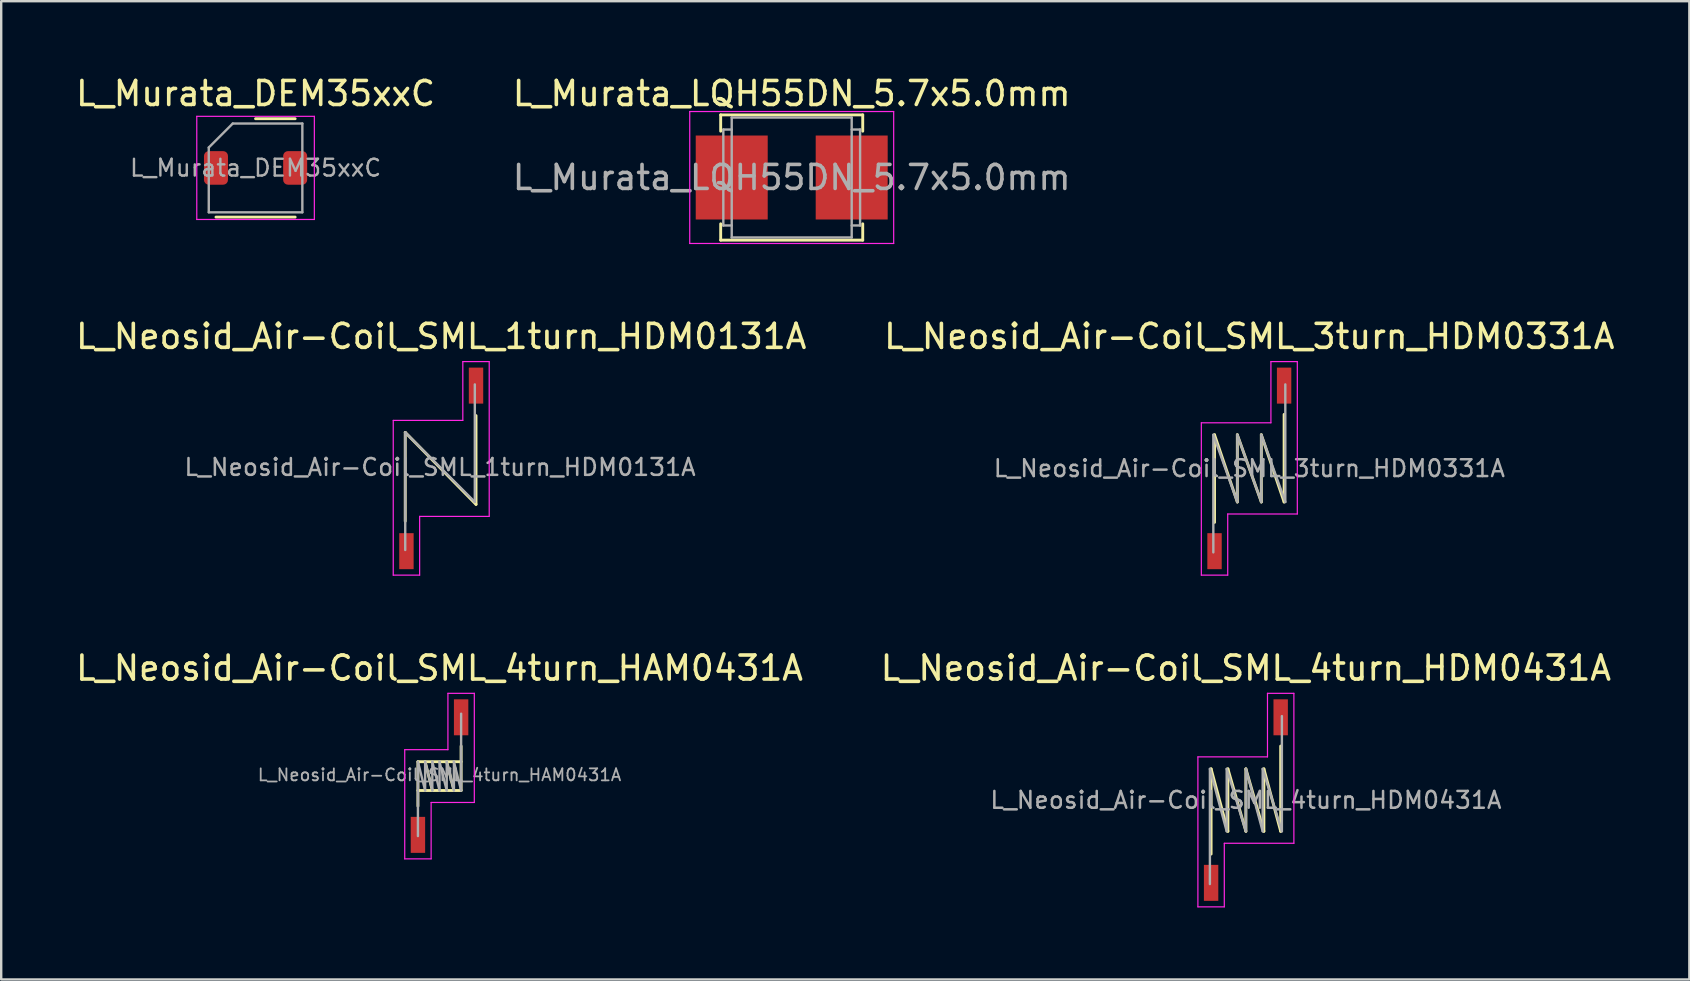
<source format=kicad_pcb>
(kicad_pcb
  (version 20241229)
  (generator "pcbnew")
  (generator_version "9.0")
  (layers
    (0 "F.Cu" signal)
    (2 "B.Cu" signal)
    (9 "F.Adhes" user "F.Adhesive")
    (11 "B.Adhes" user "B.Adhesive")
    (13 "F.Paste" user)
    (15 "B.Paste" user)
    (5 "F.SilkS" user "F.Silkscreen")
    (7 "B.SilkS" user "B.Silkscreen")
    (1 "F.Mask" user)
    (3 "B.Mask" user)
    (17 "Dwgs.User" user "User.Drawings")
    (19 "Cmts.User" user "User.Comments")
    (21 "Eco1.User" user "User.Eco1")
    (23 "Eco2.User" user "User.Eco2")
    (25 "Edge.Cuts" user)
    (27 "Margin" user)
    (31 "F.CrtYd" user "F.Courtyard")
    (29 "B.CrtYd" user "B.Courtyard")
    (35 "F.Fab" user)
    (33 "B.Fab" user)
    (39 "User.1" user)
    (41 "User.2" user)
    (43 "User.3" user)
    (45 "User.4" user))
  (footprint "L_Murata_DEM35xxC"
    (layer "F.Cu")
    (at 7.601 3.948)
    (property "Reference" "L_Murata_DEM35xxC" (at 0 -3.1 0) (layer "F.SilkS") (effects (font (size 1 1) (thickness 0.15))))
    (attr smd)
    (fp_line (start -1.65 2.05) (end 1.65 2.05) (stroke (width 0.12) (type solid)) (layer "F.SilkS"))
    (fp_line (start 0 -2.05) (end 1.65 -2.05) (stroke (width 0.12) (type solid)) (layer "F.SilkS"))
    (fp_line (start -2.45 -2.15) (end -2.45 2.15) (stroke (width 0.05) (type solid)) (layer "F.CrtYd"))
    (fp_line (start -2.45 2.15) (end 2.45 2.15) (stroke (width 0.05) (type solid)) (layer "F.CrtYd"))
    (fp_line (start 2.45 -2.15) (end -2.45 -2.15) (stroke (width 0.05) (type solid)) (layer "F.CrtYd"))
    (fp_line (start 2.45 2.15) (end 2.45 -2.15) (stroke (width 0.05) (type solid)) (layer "F.CrtYd"))
    (fp_line (start -1.95 -0.85) (end -0.95 -1.85) (stroke (width 0.1) (type solid)) (layer "F.Fab"))
    (fp_line (start -1.95 1.85) (end -1.95 -0.85) (stroke (width 0.1) (type solid)) (layer "F.Fab"))
    (fp_line (start -0.95 -1.85) (end 1.95 -1.85) (stroke (width 0.1) (type solid)) (layer "F.Fab"))
    (fp_line (start 1.95 -1.85) (end 1.95 1.85) (stroke (width 0.1) (type solid)) (layer "F.Fab"))
    (fp_line (start 1.95 1.85) (end -1.95 1.85) (stroke (width 0.1) (type solid)) (layer "F.Fab"))
    (fp_text user "${REFERENCE}" (at 0 0 0) (layer "F.Fab") (effects (font (size 0.7 0.7) (thickness 0.1))))
    (pad "1" smd roundrect (at -1.65 0) (size 1 1.4) (layers "F.Cu" "F.Mask" "F.Paste") (roundrect_rratio 0.2))
    (pad "2" smd roundrect (at 1.65 0) (size 1 1.4) (layers "F.Cu" "F.Mask" "F.Paste") (roundrect_rratio 0.2)))
  (footprint "L_Murata_LQH55DN_5.7x5.0mm"
    (layer "F.Cu")
    (at 29.946 4.348)
    (property "Reference" "L_Murata_LQH55DN_5.7x5.0mm" (at 0 -3.5 0) (layer "F.SilkS") (effects (font (size 1 1) (thickness 0.15))))
    (attr smd)
    (fp_line (start -2.96 -2.61) (end -2.96 -1.93) (stroke (width 0.12) (type solid)) (layer "F.SilkS"))
    (fp_line (start -2.96 -2.61) (end 2.96 -2.61) (stroke (width 0.12) (type solid)) (layer "F.SilkS"))
    (fp_line (start -2.96 1.93) (end -2.96 2.61) (stroke (width 0.12) (type solid)) (layer "F.SilkS"))
    (fp_line (start -2.96 2.61) (end 2.96 2.61) (stroke (width 0.12) (type solid)) (layer "F.SilkS"))
    (fp_line (start 2.96 -2.61) (end 2.96 -1.93) (stroke (width 0.12) (type solid)) (layer "F.SilkS"))
    (fp_line (start 2.96 1.93) (end 2.96 2.61) (stroke (width 0.12) (type solid)) (layer "F.SilkS"))
    (fp_line (start -4.25 -2.75) (end -4.25 2.75) (stroke (width 0.05) (type solid)) (layer "F.CrtYd"))
    (fp_line (start -4.25 2.75) (end 4.25 2.75) (stroke (width 0.05) (type solid)) (layer "F.CrtYd"))
    (fp_line (start 4.25 -2.75) (end -4.25 -2.75) (stroke (width 0.05) (type solid)) (layer "F.CrtYd"))
    (fp_line (start 4.25 2.75) (end 4.25 -2.75) (stroke (width 0.05) (type solid)) (layer "F.CrtYd"))
    (fp_line (start -2.85 -2) (end -2.85 2) (stroke (width 0.1) (type solid)) (layer "F.Fab"))
    (fp_line (start -2.85 -2) (end -2.5 -2) (stroke (width 0.1) (type solid)) (layer "F.Fab"))
    (fp_line (start -2.85 2) (end -2.5 2) (stroke (width 0.1) (type solid)) (layer "F.Fab"))
    (fp_line (start -2.5 -2.5) (end -2.5 2.5) (stroke (width 0.1) (type solid)) (layer "F.Fab"))
    (fp_line (start -2.5 -2.5) (end 2.5 -2.5) (stroke (width 0.1) (type solid)) (layer "F.Fab"))
    (fp_line (start -2.5 2.5) (end 2.5 2.5) (stroke (width 0.1) (type solid)) (layer "F.Fab"))
    (fp_line (start 2.5 -2.5) (end 2.5 2.5) (stroke (width 0.1) (type solid)) (layer "F.Fab"))
    (fp_line (start 2.85 -2) (end 2.5 -2) (stroke (width 0.1) (type solid)) (layer "F.Fab"))
    (fp_line (start 2.85 -2) (end 2.85 2) (stroke (width 0.1) (type solid)) (layer "F.Fab"))
    (fp_line (start 2.85 2) (end 2.5 2) (stroke (width 0.1) (type solid)) (layer "F.Fab"))
    (fp_text user "${REFERENCE}" (at 0 0 0) (layer "F.Fab") (effects (font (size 1 1) (thickness 0.15))))
    (pad "1" smd rect (at -2.5 0) (size 3 3.5) (layers "F.Cu" "F.Mask" "F.Paste"))
    (pad "2" smd rect (at 2.5 0) (size 3 3.5) (layers "F.Cu" "F.Mask" "F.Paste")))
  (footprint "L_Neosid_Air-Coil_SML_3turn_HDM0331A"
    (layer "F.Cu")
    (at 49.018 16.471)
    (property "Reference" "L_Neosid_Air-Coil_SML_3turn_HDM0331A" (at 0 -5.5 0) (layer "F.SilkS") (effects (font (size 1 1) (thickness 0.15))))
    (attr smd)
    (fp_line (start -1.45 -1.4) (end -1.45 2.25) (stroke (width 0.12) (type solid)) (layer "F.SilkS"))
    (fp_line (start -1.45 -1.4) (end -0.5 1.4) (stroke (width 0.12) (type solid)) (layer "F.SilkS"))
    (fp_line (start -0.5 -1.4) (end -0.5 1.4) (stroke (width 0.12) (type solid)) (layer "F.SilkS"))
    (fp_line (start -0.5 -1.4) (end 0.5 1.4) (stroke (width 0.12) (type solid)) (layer "F.SilkS"))
    (fp_line (start 0.5 -1.4) (end 0.5 1.4) (stroke (width 0.12) (type solid)) (layer "F.SilkS"))
    (fp_line (start 0.5 -1.4) (end 1.45 1.4) (stroke (width 0.12) (type solid)) (layer "F.SilkS"))
    (fp_line (start 1.45 1.4) (end 1.45 -2.25) (stroke (width 0.12) (type solid)) (layer "F.SilkS"))
    (fp_line (start -2 -1.9) (end -2 4.45) (stroke (width 0.05) (type solid)) (layer "F.CrtYd"))
    (fp_line (start -2 4.45) (end -0.9 4.45) (stroke (width 0.05) (type solid)) (layer "F.CrtYd"))
    (fp_line (start -0.9 1.9) (end 2 1.9) (stroke (width 0.05) (type solid)) (layer "F.CrtYd"))
    (fp_line (start -0.9 4.45) (end -0.9 1.9) (stroke (width 0.05) (type solid)) (layer "F.CrtYd"))
    (fp_line (start 0.9 -4.45) (end 0.9 -1.9) (stroke (width 0.05) (type solid)) (layer "F.CrtYd"))
    (fp_line (start 0.9 -1.9) (end -2 -1.9) (stroke (width 0.05) (type solid)) (layer "F.CrtYd"))
    (fp_line (start 2 -4.45) (end 0.9 -4.45) (stroke (width 0.05) (type solid)) (layer "F.CrtYd"))
    (fp_line (start 2 1.9) (end 2 -4.45) (stroke (width 0.05) (type solid)) (layer "F.CrtYd"))
    (fp_line (start -1.5 -1.4) (end -0.5 1.4) (stroke (width 0.1) (type solid)) (layer "F.Fab"))
    (fp_line (start -1.5 3.5) (end -1.5 -1.4) (stroke (width 0.1) (type solid)) (layer "F.Fab"))
    (fp_line (start -0.5 -1.4) (end 0.5 1.4) (stroke (width 0.1) (type solid)) (layer "F.Fab"))
    (fp_line (start -0.5 1.4) (end -0.5 -1.4) (stroke (width 0.1) (type solid)) (layer "F.Fab"))
    (fp_line (start 0.5 -1.4) (end 1.5 1.4) (stroke (width 0.1) (type solid)) (layer "F.Fab"))
    (fp_line (start 0.5 1.4) (end 0.5 -1.4) (stroke (width 0.1) (type solid)) (layer "F.Fab"))
    (fp_line (start 1.5 1.4) (end 1.5 -3.5) (stroke (width 0.1) (type solid)) (layer "F.Fab"))
    (fp_text user "${REFERENCE}" (at 0 0 0) (layer "F.Fab") (effects (font (size 0.7 0.7) (thickness 0.105))))
    (pad "1" smd rect (at -1.45 3.45) (size 0.6 1.5) (layers "F.Cu" "F.Mask" "F.Paste"))
    (pad "2" smd rect (at 1.45 -3.45) (size 0.6 1.5) (layers "F.Cu" "F.Mask" "F.Paste")))
  (footprint "L_Neosid_Air-Coil_SML_4turn_HDM0431A"
    (layer "F.Cu")
    (at 48.875 30.295)
    (property "Reference" "L_Neosid_Air-Coil_SML_4turn_HDM0431A" (at 0 -5.5 0) (layer "F.SilkS") (effects (font (size 1 1) (thickness 0.15))))
    (attr smd)
    (fp_line (start -1.45 -1.3) (end -1.45 2.25) (stroke (width 0.12) (type solid)) (layer "F.SilkS"))
    (fp_line (start -1.45 -1.3) (end -0.75 1.3) (stroke (width 0.12) (type solid)) (layer "F.SilkS"))
    (fp_line (start -0.75 -1.3) (end -0.75 1.3) (stroke (width 0.12) (type solid)) (layer "F.SilkS"))
    (fp_line (start -0.75 -1.3) (end 0 1.3) (stroke (width 0.12) (type solid)) (layer "F.SilkS"))
    (fp_line (start 0 -1.3) (end 0 1.3) (stroke (width 0.12) (type solid)) (layer "F.SilkS"))
    (fp_line (start 0 -1.3) (end 0.75 1.3) (stroke (width 0.12) (type solid)) (layer "F.SilkS"))
    (fp_line (start 0.75 -1.3) (end 0.75 1.3) (stroke (width 0.12) (type solid)) (layer "F.SilkS"))
    (fp_line (start 0.75 -1.3) (end 1.45 1.3) (stroke (width 0.12) (type solid)) (layer "F.SilkS"))
    (fp_line (start 1.45 1.3) (end 1.45 -2.25) (stroke (width 0.12) (type solid)) (layer "F.SilkS"))
    (fp_line (start -2 -1.8) (end -2 4.45) (stroke (width 0.05) (type solid)) (layer "F.CrtYd"))
    (fp_line (start -2 4.45) (end -0.9 4.45) (stroke (width 0.05) (type solid)) (layer "F.CrtYd"))
    (fp_line (start -0.9 1.8) (end 2 1.8) (stroke (width 0.05) (type solid)) (layer "F.CrtYd"))
    (fp_line (start -0.9 4.45) (end -0.9 1.8) (stroke (width 0.05) (type solid)) (layer "F.CrtYd"))
    (fp_line (start 0.9 -4.45) (end 0.9 -1.8) (stroke (width 0.05) (type solid)) (layer "F.CrtYd"))
    (fp_line (start 0.9 -1.8) (end -2 -1.8) (stroke (width 0.05) (type solid)) (layer "F.CrtYd"))
    (fp_line (start 2 -4.45) (end 0.9 -4.45) (stroke (width 0.05) (type solid)) (layer "F.CrtYd"))
    (fp_line (start 2 1.8) (end 2 -4.45) (stroke (width 0.05) (type solid)) (layer "F.CrtYd"))
    (fp_line (start -1.5 -1.3) (end -0.8 1.3) (stroke (width 0.1) (type solid)) (layer "F.Fab"))
    (fp_line (start -1.5 3.5) (end -1.5 -1.3) (stroke (width 0.1) (type solid)) (layer "F.Fab"))
    (fp_line (start -0.8 -1.3) (end 0 1.3) (stroke (width 0.1) (type solid)) (layer "F.Fab"))
    (fp_line (start -0.8 1.3) (end -0.8 -1.3) (stroke (width 0.1) (type solid)) (layer "F.Fab"))
    (fp_line (start 0 -1.3) (end 0.7 1.3) (stroke (width 0.1) (type solid)) (layer "F.Fab"))
    (fp_line (start 0 1.3) (end 0 -1.3) (stroke (width 0.1) (type solid)) (layer "F.Fab"))
    (fp_line (start 0.7 -1.3) (end 1.5 1.3) (stroke (width 0.1) (type solid)) (layer "F.Fab"))
    (fp_line (start 0.7 1.3) (end 0.7 -1.3) (stroke (width 0.1) (type solid)) (layer "F.Fab"))
    (fp_line (start 1.5 1.3) (end 1.5 -3.5) (stroke (width 0.1) (type solid)) (layer "F.Fab"))
    (fp_text user "${REFERENCE}" (at 0 0 0) (layer "F.Fab") (effects (font (size 0.7 0.7) (thickness 0.105))))
    (pad "1" smd rect (at -1.45 3.45) (size 0.6 1.5) (layers "F.Cu" "F.Mask" "F.Paste"))
    (pad "2" smd rect (at 1.45 -3.45) (size 0.6 1.5) (layers "F.Cu" "F.Mask" "F.Paste")))
  (footprint "L_Neosid_Air-Coil_SML_4turn_HAM0431A"
    (layer "F.Cu")
    (at 15.268 29.295)
    (property "Reference" "L_Neosid_Air-Coil_SML_4turn_HAM0431A" (at 0 -4.5 0) (layer "F.SilkS") (effects (font (size 1 1) (thickness 0.15))))
    (attr smd)
    (fp_line (start -0.9 -0.6) (end 0.9 -0.6) (stroke (width 0.12) (type solid)) (layer "F.SilkS"))
    (fp_line (start -0.9 1.25) (end -0.9 -0.6) (stroke (width 0.12) (type solid)) (layer "F.SilkS"))
    (fp_line (start -0.6 -0.6) (end -0.3 0.6) (stroke (width 0.12) (type solid)) (layer "F.SilkS"))
    (fp_line (start 0.3 -0.6) (end 0.6 0.6) (stroke (width 0.12) (type solid)) (layer "F.SilkS"))
    (fp_line (start 0.9 0.6) (end -0.9 0.6) (stroke (width 0.12) (type solid)) (layer "F.SilkS"))
    (fp_line (start 0.9 0.6) (end 0.9 -1.25) (stroke (width 0.12) (type solid)) (layer "F.SilkS"))
    (fp_line (start -1.45 -1.1) (end -1.45 3.45) (stroke (width 0.05) (type solid)) (layer "F.CrtYd"))
    (fp_line (start -1.45 3.45) (end -0.35 3.45) (stroke (width 0.05) (type solid)) (layer "F.CrtYd"))
    (fp_line (start -0.35 1.1) (end 1.45 1.1) (stroke (width 0.05) (type solid)) (layer "F.CrtYd"))
    (fp_line (start -0.35 3.45) (end -0.35 1.1) (stroke (width 0.05) (type solid)) (layer "F.CrtYd"))
    (fp_line (start 0.35 -3.45) (end 0.35 -1.1) (stroke (width 0.05) (type solid)) (layer "F.CrtYd"))
    (fp_line (start 0.35 -1.1) (end -1.45 -1.1) (stroke (width 0.05) (type solid)) (layer "F.CrtYd"))
    (fp_line (start 1.45 -3.45) (end 0.35 -3.45) (stroke (width 0.05) (type solid)) (layer "F.CrtYd"))
    (fp_line (start 1.45 1.1) (end 1.45 -3.45) (stroke (width 0.05) (type solid)) (layer "F.CrtYd"))
    (fp_line (start -0.9 -0.6) (end -0.6 0.6) (stroke (width 0.1) (type solid)) (layer "F.Fab"))
    (fp_line (start -0.9 2.5) (end -0.9 -0.6) (stroke (width 0.1) (type solid)) (layer "F.Fab"))
    (fp_line (start -0.6 -0.6) (end -0.3 0.6) (stroke (width 0.1) (type solid)) (layer "F.Fab"))
    (fp_line (start -0.6 0.6) (end -0.6 -0.6) (stroke (width 0.1) (type solid)) (layer "F.Fab"))
    (fp_line (start -0.3 -0.6) (end 0 0.6) (stroke (width 0.1) (type solid)) (layer "F.Fab"))
    (fp_line (start -0.3 0.6) (end -0.3 -0.6) (stroke (width 0.1) (type solid)) (layer "F.Fab"))
    (fp_line (start 0 0.6) (end 0 -0.6) (stroke (width 0.1) (type solid)) (layer "F.Fab"))
    (fp_line (start 0.3 -0.6) (end 0.3 0.6) (stroke (width 0.1) (type solid)) (layer "F.Fab"))
    (fp_line (start 0.3 -0.6) (end 0.6 0.6) (stroke (width 0.1) (type solid)) (layer "F.Fab"))
    (fp_line (start 0.3 0.6) (end 0 -0.6) (stroke (width 0.1) (type solid)) (layer "F.Fab"))
    (fp_line (start 0.6 -0.6) (end 0.9 0.6) (stroke (width 0.1) (type solid)) (layer "F.Fab"))
    (fp_line (start 0.6 0.6) (end 0.6 -0.6) (stroke (width 0.1) (type solid)) (layer "F.Fab"))
    (fp_line (start 0.9 0.6) (end 0.9 -2.6) (stroke (width 0.1) (type solid)) (layer "F.Fab"))
    (fp_text user "${REFERENCE}" (at 0 -0.05 0) (layer "F.Fab") (effects (font (size 0.5 0.5) (thickness 0.075))))
    (pad "1" smd rect (at -0.9 2.45) (size 0.6 1.5) (layers "F.Cu" "F.Mask" "F.Paste"))
    (pad "2" smd rect (at 0.9 -2.45) (size 0.6 1.5) (layers "F.Cu" "F.Mask" "F.Paste")))
  (footprint "L_Neosid_Air-Coil_SML_1turn_HDM0131A"
    (layer "F.Cu")
    (at 15.339 16.471)
    (property "Reference" "L_Neosid_Air-Coil_SML_1turn_HDM0131A" (at 0 -5.5 0) (layer "F.SilkS") (effects (font (size 1 1) (thickness 0.15))))
    (attr smd)
    (fp_line (start -1.5 -1.5) (end -1.5 2.2) (stroke (width 0.12) (type solid)) (layer "F.SilkS"))
    (fp_line (start -1.5 -1.5) (end 1.45 1.5) (stroke (width 0.12) (type solid)) (layer "F.SilkS"))
    (fp_line (start 1.45 1.5) (end 1.45 -2.2) (stroke (width 0.12) (type solid)) (layer "F.SilkS"))
    (fp_line (start -2 -2) (end -2 4.45) (stroke (width 0.05) (type solid)) (layer "F.CrtYd"))
    (fp_line (start -2 4.45) (end -0.9 4.45) (stroke (width 0.05) (type solid)) (layer "F.CrtYd"))
    (fp_line (start -0.9 2) (end 2 2) (stroke (width 0.05) (type solid)) (layer "F.CrtYd"))
    (fp_line (start -0.9 4.45) (end -0.9 2) (stroke (width 0.05) (type solid)) (layer "F.CrtYd"))
    (fp_line (start 0.9 -4.45) (end 0.9 -2) (stroke (width 0.05) (type solid)) (layer "F.CrtYd"))
    (fp_line (start 0.9 -2) (end -2 -2) (stroke (width 0.05) (type solid)) (layer "F.CrtYd"))
    (fp_line (start 2 -4.45) (end 0.9 -4.45) (stroke (width 0.05) (type solid)) (layer "F.CrtYd"))
    (fp_line (start 2 2) (end 2 -4.45) (stroke (width 0.05) (type solid)) (layer "F.CrtYd"))
    (fp_line (start -1.5 -1.5) (end 1.4 1.4) (stroke (width 0.1) (type solid)) (layer "F.Fab"))
    (fp_line (start -1.5 3.4) (end -1.5 -1.5) (stroke (width 0.1) (type solid)) (layer "F.Fab"))
    (fp_line (start 1.4 1.4) (end 1.4 -3.5) (stroke (width 0.1) (type solid)) (layer "F.Fab"))
    (fp_text user "${REFERENCE}" (at -0.05 -0.05 0) (layer "F.Fab") (effects (font (size 0.7 0.7) (thickness 0.105))))
    (pad "1" smd rect (at -1.45 3.45) (size 0.6 1.5) (layers "F.Cu" "F.Mask" "F.Paste"))
    (pad "2" smd rect (at 1.45 -3.45) (size 0.6 1.5) (layers "F.Cu" "F.Mask" "F.Paste")))
  (gr_rect
    (start -3 -3)
    (end 67.357 37.77)
    (stroke (width 0.1) (type default))
    (fill no)
    (layer "Edge.Cuts")))
</source>
